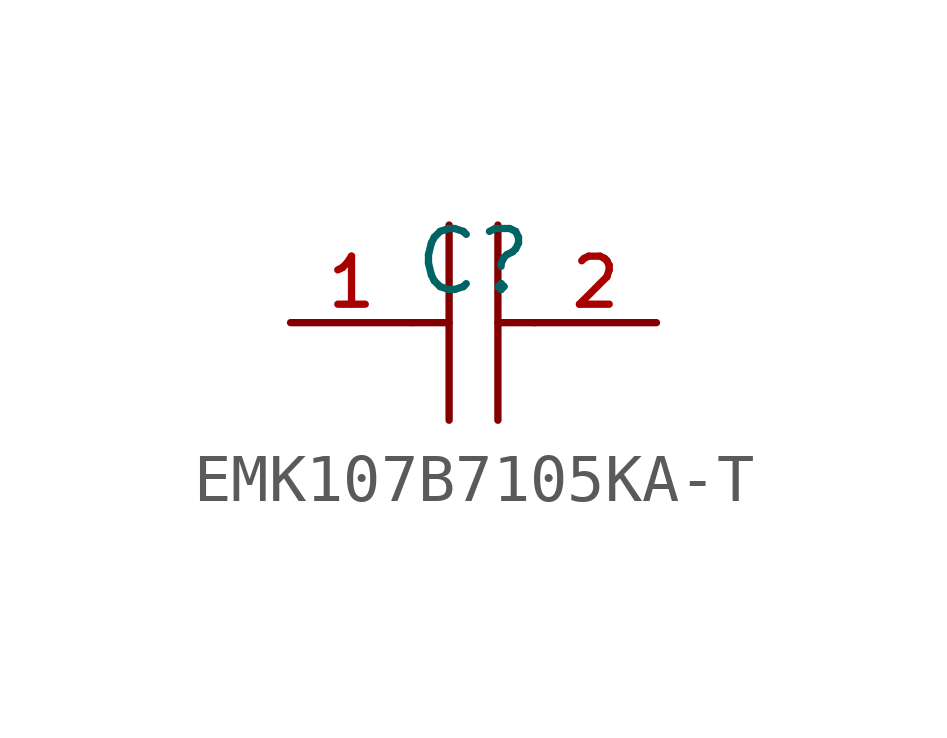
<source format=kicad_sym>
(kicad_symbol_lib
  (version 20210201)
  (generator TousstNicolas/JLC2KiCad_lib)
  (symbol "EMK107B7105KA-T"
    (pin_names hide)
    (property "Reference" "C"
      (at 0 1.27 0)
      (effects (font (size 1.27 1.27))))
    (symbol "EMK107B7105KA-T_0_1"
      (polyline (pts (xy -0.508 2.032) (xy -0.508 -2.032)) (stroke (width 0) (type default) (color 0 0 0 0)) (fill (type none)))
      (polyline (pts (xy 0.508 2.032) (xy 0.508 -2.032)) (stroke (width 0) (type default) (color 0 0 0 0)) (fill (type none)))
      (pin input line (at -3.81 -0.0 0) (length 2.54) (name "1" (effects (font (size 1 1)))) (number "1" (effects (font (size 1 1)))))
      (pin input line (at 3.81 -0.0 180) (length 2.54) (name "2" (effects (font (size 1 1)))) (number "2" (effects (font (size 1 1)))))
      (polyline (pts (xy -1.27 -0.0) (xy -0.508 -0.0)) (stroke (width 0) (type default) (color 0 0 0 0)) (fill (type none)))
      (polyline (pts (xy 0.508 -0.0) (xy 1.27 -0.0)) (stroke (width 0) (type default) (color 0 0 0 0)) (fill (type none))))))
</source>
